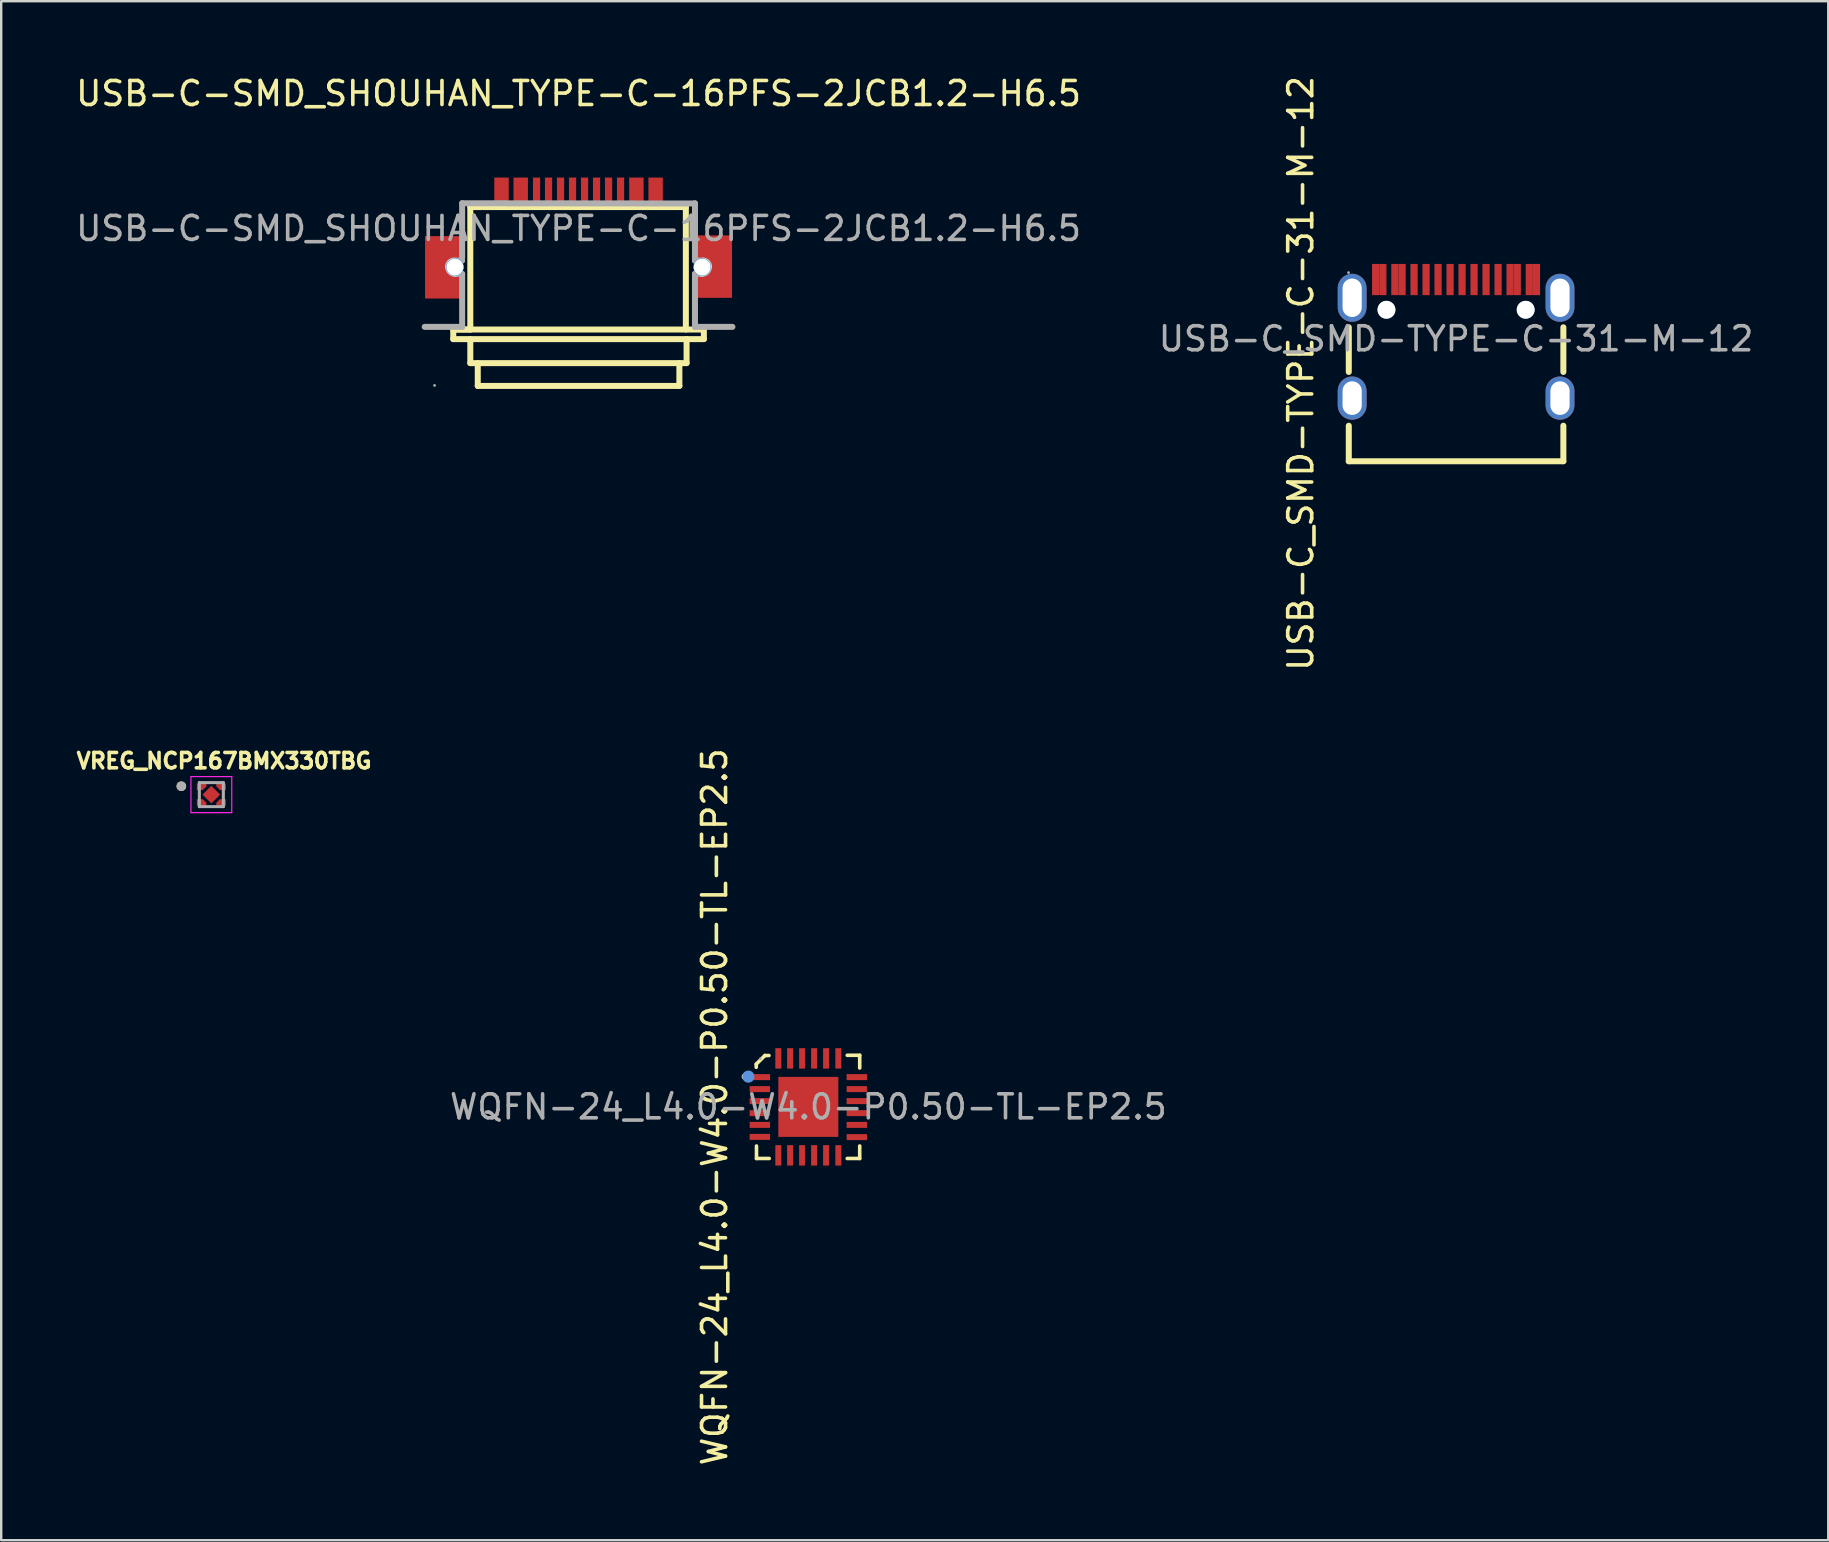
<source format=kicad_pcb>
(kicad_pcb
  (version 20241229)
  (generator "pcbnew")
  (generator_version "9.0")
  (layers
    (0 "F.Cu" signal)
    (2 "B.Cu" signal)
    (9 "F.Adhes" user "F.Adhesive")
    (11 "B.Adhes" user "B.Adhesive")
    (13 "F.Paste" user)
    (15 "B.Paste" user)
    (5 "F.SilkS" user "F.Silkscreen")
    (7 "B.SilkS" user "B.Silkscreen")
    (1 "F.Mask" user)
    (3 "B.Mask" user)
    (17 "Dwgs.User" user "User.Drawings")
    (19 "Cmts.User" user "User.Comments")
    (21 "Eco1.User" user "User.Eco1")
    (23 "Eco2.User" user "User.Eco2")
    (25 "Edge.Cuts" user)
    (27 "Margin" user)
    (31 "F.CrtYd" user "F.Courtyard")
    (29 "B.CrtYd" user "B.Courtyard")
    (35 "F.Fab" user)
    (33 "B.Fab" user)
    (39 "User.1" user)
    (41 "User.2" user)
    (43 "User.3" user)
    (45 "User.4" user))
  (footprint "USB-C_SMD-TYPE-C-31-M-12"
    (layer "F.Cu")
    (at 57.613 11.066)
    (property "Reference" "USB-C_SMD-TYPE-C-31-M-12" (at -6.47 1.44 270) (layer "F.SilkS") (effects (font (size 1 1) (thickness 0.15))))
    (attr smd)
    (fp_line (start -4.47 1.38) (end -4.47 -0.48) (stroke (width 0.25) (type solid)) (layer "F.SilkS"))
    (fp_line (start -4.47 5.1) (end -4.47 3.62) (stroke (width 0.25) (type solid)) (layer "F.SilkS"))
    (fp_line (start 4.47 1.38) (end 4.47 -0.48) (stroke (width 0.25) (type solid)) (layer "F.SilkS"))
    (fp_line (start 4.47 5.1) (end -4.47 5.1) (stroke (width 0.25) (type solid)) (layer "F.SilkS"))
    (fp_line (start 4.47 5.1) (end 4.47 3.62) (stroke (width 0.25) (type solid)) (layer "F.SilkS"))
    (fp_circle (center -2.9 -1.21) (end -2.78 -1.21) (stroke (width 0.25) (type solid)) (fill no) (layer "Cmts.User"))
    (fp_circle (center 2.9 -1.21) (end 3.02 -1.21) (stroke (width 0.25) (type solid)) (fill no) (layer "Cmts.User"))
    (fp_circle (center -4.48 -2.76) (end -4.45 -2.76) (stroke (width 0.06) (type solid)) (fill no) (layer "F.Fab"))
    (fp_text user "${REFERENCE}" (at 0 0 180) (layer "F.Fab") (effects (font (size 1 1) (thickness 0.15))))
    (pad "" np_thru_hole circle (at -2.9 -1.21) (size 0.75 0.75) (drill 0.75) (layers "*.Cu" "*.Mask"))
    (pad "" np_thru_hole circle (at 2.9 -1.21) (size 0.75 0.75) (drill 0.75) (layers "*.Cu" "*.Mask"))
    (pad "0" thru_hole oval (at -4.33 -1.71) (size 1.2 2) (drill oval 0.8 1.6) (layers "*.Cu" "*.Mask") (remove_unused_layers yes) (keep_end_layers yes) (zone_layer_connections))
    (pad "1" thru_hole oval (at 4.33 -1.71) (size 1.2 2) (drill oval 0.8 1.6) (layers "*.Cu" "*.Mask") (remove_unused_layers yes) (keep_end_layers yes) (zone_layer_connections))
    (pad "2" thru_hole oval (at 4.33 2.47) (size 1.2 1.8) (drill oval 0.8 1.4) (layers "*.Cu" "*.Mask") (remove_unused_layers yes) (keep_end_layers yes) (zone_layer_connections))
    (pad "3" thru_hole oval (at -4.33 2.47) (size 1.2 1.8) (drill oval 0.8 1.4) (layers "*.Cu" "*.Mask") (remove_unused_layers yes) (keep_end_layers yes) (zone_layer_connections))
    (pad "A1" smd rect (at -3.35 -2.47) (size 0.3 1.3) (layers "F.Cu" "F.Mask" "F.Paste"))
    (pad "A4" smd rect (at -2.55 -2.47) (size 0.3 1.3) (layers "F.Cu" "F.Mask" "F.Paste"))
    (pad "A5" smd rect (at -1.25 -2.47) (size 0.3 1.3) (layers "F.Cu" "F.Mask" "F.Paste"))
    (pad "A6" smd rect (at -0.25 -2.47) (size 0.3 1.3) (layers "F.Cu" "F.Mask" "F.Paste"))
    (pad "A7" smd rect (at 0.25 -2.47) (size 0.3 1.3) (layers "F.Cu" "F.Mask" "F.Paste"))
    (pad "A8" smd rect (at 1.25 -2.47) (size 0.3 1.3) (layers "F.Cu" "F.Mask" "F.Paste"))
    (pad "A9" smd rect (at 2.55 -2.47) (size 0.3 1.3) (layers "F.Cu" "F.Mask" "F.Paste"))
    (pad "A12" smd rect (at 3.35 -2.47) (size 0.3 1.3) (layers "F.Cu" "F.Mask" "F.Paste"))
    (pad "B1" smd rect (at 3.05 -2.47) (size 0.3 1.3) (layers "F.Cu" "F.Mask" "F.Paste"))
    (pad "B4" smd rect (at 2.25 -2.47) (size 0.3 1.3) (layers "F.Cu" "F.Mask" "F.Paste"))
    (pad "B5" smd rect (at 1.75 -2.47) (size 0.3 1.3) (layers "F.Cu" "F.Mask" "F.Paste"))
    (pad "B6" smd rect (at 0.75 -2.47) (size 0.3 1.3) (layers "F.Cu" "F.Mask" "F.Paste"))
    (pad "B7" smd rect (at -0.75 -2.47) (size 0.3 1.3) (layers "F.Cu" "F.Mask" "F.Paste"))
    (pad "B8" smd rect (at -1.75 -2.47) (size 0.3 1.3) (layers "F.Cu" "F.Mask" "F.Paste"))
    (pad "B9" smd rect (at -2.25 -2.47) (size 0.3 1.3) (layers "F.Cu" "F.Mask" "F.Paste"))
    (pad "B12" smd rect (at -3.05 -2.47) (size 0.3 1.3) (layers "F.Cu" "F.Mask" "F.Paste")))
  (footprint "USB-C-SMD_SHOUHAN_TYPE-C-16PFS-2JCB1.2-H6.5"
    (layer "F.Cu")
    (at 21.054 6.468)
    (property "Reference" "USB-C-SMD_SHOUHAN_TYPE-C-16PFS-2JCB1.2-H6.5" (at 0 -5.62 0) (layer "F.SilkS") (effects (font (size 1 1) (thickness 0.15))))
    (attr smd)
    (fp_line (start -5.22 4.21) (end -4.51 4.21) (stroke (width 0.25) (type solid)) (layer "F.SilkS"))
    (fp_line (start -5.22 4.21) (end 5.2 4.21) (stroke (width 0.25) (type solid)) (layer "F.SilkS"))
    (fp_line (start -5.22 4.61) (end -5.22 4.21) (stroke (width 0.25) (type solid)) (layer "F.SilkS"))
    (fp_line (start -5.22 4.61) (end 5.22 4.61) (stroke (width 0.25) (type solid)) (layer "F.SilkS"))
    (fp_line (start -4.51 -0.89) (end 4.47 -0.89) (stroke (width 0.25) (type solid)) (layer "F.SilkS"))
    (fp_line (start -4.51 4.21) (end -4.51 -0.89) (stroke (width 0.25) (type solid)) (layer "F.SilkS"))
    (fp_line (start -4.51 5.61) (end -4.51 4.61) (stroke (width 0.25) (type solid)) (layer "F.SilkS"))
    (fp_line (start -4.51 5.61) (end 4.5 5.61) (stroke (width 0.25) (type solid)) (layer "F.SilkS"))
    (fp_line (start -4.2 5.61) (end -4.2 6.56) (stroke (width 0.25) (type solid)) (layer "F.SilkS"))
    (fp_line (start -4.2 6.56) (end 4.2 6.56) (stroke (width 0.25) (type solid)) (layer "F.SilkS"))
    (fp_line (start 4.2 5.61) (end 4.2 6.56) (stroke (width 0.25) (type solid)) (layer "F.SilkS"))
    (fp_line (start 4.47 4.21) (end 4.47 -0.89) (stroke (width 0.25) (type solid)) (layer "F.SilkS"))
    (fp_line (start 4.5 5.61) (end 4.5 4.61) (stroke (width 0.25) (type solid)) (layer "F.SilkS"))
    (fp_line (start 5.22 4.61) (end 5.22 4.21) (stroke (width 0.25) (type solid)) (layer "F.SilkS"))
    (fp_circle (center -5.15 1.61) (end -5.03 1.61) (stroke (width 0.25) (type solid)) (fill no) (layer "Cmts.User"))
    (fp_circle (center 5.15 1.61) (end 5.27 1.61) (stroke (width 0.25) (type solid)) (fill no) (layer "Cmts.User"))
    (fp_arc (start -5.43 1.58) (mid -5.359706 1.410294) (end -5.19 1.34) (stroke (width 0.25) (type solid)) (layer "Edge.Cuts"))
    (fp_arc (start -5.14 1.89) (mid -5.345061 1.805061) (end -5.43 1.6) (stroke (width 0.25) (type solid)) (layer "Edge.Cuts"))
    (fp_arc (start 5.19 1.34) (mid 5.359706 1.410294) (end 5.43 1.58) (stroke (width 0.25) (type solid)) (layer "Edge.Cuts"))
    (fp_arc (start 5.43 1.6) (mid 5.345061 1.805061) (end 5.14 1.89) (stroke (width 0.25) (type solid)) (layer "Edge.Cuts"))
    (fp_line (start -5.43 1.6) (end -5.43 1.58) (stroke (width 0.25) (type solid)) (layer "F.Fab"))
    (fp_line (start -5.19 1.34) (end -4.85 1.34) (stroke (width 0.25) (type solid)) (layer "F.Fab"))
    (fp_line (start -5.14 1.89) (end -4.85 1.89) (stroke (width 0.25) (type solid)) (layer "F.Fab"))
    (fp_line (start -4.85 -1.05) (end 4.85 -1.04) (stroke (width 0.25) (type solid)) (layer "F.Fab"))
    (fp_line (start -4.85 1.23) (end -4.85 -1.05) (stroke (width 0.25) (type solid)) (layer "F.Fab"))
    (fp_line (start -4.85 1.89) (end -4.85 4.1) (stroke (width 0.25) (type solid)) (layer "F.Fab"))
    (fp_line (start -4.85 4.1) (end -6.41 4.1) (stroke (width 0.25) (type solid)) (layer "F.Fab"))
    (fp_line (start 4.85 1.34) (end 4.85 -1.05) (stroke (width 0.25) (type solid)) (layer "F.Fab"))
    (fp_line (start 4.85 1.89) (end 4.85 4.1) (stroke (width 0.25) (type solid)) (layer "F.Fab"))
    (fp_line (start 4.85 1.89) (end 5.14 1.89) (stroke (width 0.25) (type solid)) (layer "F.Fab"))
    (fp_line (start 4.85 4.1) (end 6.41 4.1) (stroke (width 0.25) (type solid)) (layer "F.Fab"))
    (fp_line (start 5.19 1.34) (end 4.85 1.34) (stroke (width 0.25) (type solid)) (layer "F.Fab"))
    (fp_line (start 5.43 1.6) (end 5.43 1.58) (stroke (width 0.25) (type solid)) (layer "F.Fab"))
    (fp_circle (center -6 6.54) (end -5.97 6.54) (stroke (width 0.06) (type solid)) (fill no) (layer "F.Fab"))
    (fp_text user "${REFERENCE}" (at 0 0 0) (layer "F.Fab") (effects (font (size 1 1) (thickness 0.15))))
    (pad "" thru_hole circle (at -5.15 1.61) (size 0.7 0.7) (drill 0.7) (layers "*.Cu" "*.Mask"))
    (pad "" thru_hole circle (at 5.15 1.61) (size 0.7 0.7) (drill 0.7) (layers "*.Cu" "*.Mask"))
    (pad "13" smd rect (at -5.62 1.62) (size 1.55 2.6) (layers "F.Cu" "F.Mask" "F.Paste"))
    (pad "13" smd rect (at 5.62 1.59 180) (size 1.55 2.6) (layers "F.Cu" "F.Mask" "F.Paste"))
    (pad "A4B9" smd rect (at -2.41 -1.62 180) (size 0.6 1) (layers "F.Cu" "F.Mask" "F.Paste"))
    (pad "A5" smd rect (at -1.25 -1.62) (size 0.3 1) (layers "F.Cu" "F.Mask" "F.Paste"))
    (pad "A6" smd rect (at -0.25 -1.62) (size 0.3 1) (layers "F.Cu" "F.Mask" "F.Paste"))
    (pad "A7" smd rect (at 0.25 -1.62) (size 0.3 1) (layers "F.Cu" "F.Mask" "F.Paste"))
    (pad "A8" smd rect (at 1.25 -1.62) (size 0.3 1) (layers "F.Cu" "F.Mask" "F.Paste"))
    (pad "A9B4" smd rect (at 2.41 -1.62) (size 0.6 1) (layers "F.Cu" "F.Mask" "F.Paste"))
    (pad "B1A12" smd rect (at 3.21 -1.62) (size 0.6 1) (layers "F.Cu" "F.Mask" "F.Paste"))
    (pad "B5" smd rect (at 1.75 -1.62) (size 0.3 1) (layers "F.Cu" "F.Mask" "F.Paste"))
    (pad "B6" smd rect (at 0.75 -1.62) (size 0.3 1) (layers "F.Cu" "F.Mask" "F.Paste"))
    (pad "B7" smd rect (at -0.75 -1.62) (size 0.3 1) (layers "F.Cu" "F.Mask" "F.Paste"))
    (pad "B8" smd rect (at -1.75 -1.62) (size 0.3 1) (layers "F.Cu" "F.Mask" "F.Paste"))
    (pad "B12A1" smd rect (at -3.21 -1.62 180) (size 0.6 1) (layers "F.Cu" "F.Mask" "F.Paste")))
  (footprint "WQFN-24_L4.0-W4.0-P0.50-TL-EP2.5"
    (layer "F.Cu")
    (at 30.627 43.065)
    (property "Reference" "WQFN-24_L4.0-W4.0-P0.50-TL-EP2.5" (at -3.905 0 270) (layer "F.SilkS") (effects (font (size 1 1) (thickness 0.15))))
    (attr smd)
    (fp_line (start -2.17 -1.78) (end -2.17 -1.65) (stroke (width 0.15) (type solid)) (layer "F.SilkS"))
    (fp_line (start -2.16 2.15) (end -2.16 1.63) (stroke (width 0.15) (type solid)) (layer "F.SilkS"))
    (fp_line (start -1.81 -2.14) (end -2.17 -1.78) (stroke (width 0.15) (type solid)) (layer "F.SilkS"))
    (fp_line (start -1.64 -2.14) (end -1.81 -2.14) (stroke (width 0.15) (type solid)) (layer "F.SilkS"))
    (fp_line (start -1.63 2.15) (end -2.16 2.15) (stroke (width 0.15) (type solid)) (layer "F.SilkS"))
    (fp_line (start 1.62 -2.15) (end 2.14 -2.15) (stroke (width 0.15) (type solid)) (layer "F.SilkS"))
    (fp_line (start 1.62 2.15) (end 2.14 2.15) (stroke (width 0.15) (type solid)) (layer "F.SilkS"))
    (fp_line (start 2.14 -2.15) (end 2.14 -1.62) (stroke (width 0.15) (type solid)) (layer "F.SilkS"))
    (fp_line (start 2.14 2.15) (end 2.14 1.63) (stroke (width 0.15) (type solid)) (layer "F.SilkS"))
    (fp_circle (center -2.65 -1.26) (end -2.57 -1.26) (stroke (width 0.1) (type solid)) (fill no) (layer "F.SilkS"))
    (fp_circle (center -2.5 -1.26) (end -2.37 -1.26) (stroke (width 0.25) (type solid)) (fill no) (layer "Cmts.User"))
    (fp_circle (center -2 -2) (end -1.97 -2) (stroke (width 0.06) (type solid)) (fill no) (layer "F.Fab"))
    (fp_text user "${REFERENCE}" (at 0 0 180) (layer "F.Fab") (effects (font (size 1 1) (thickness 0.15))))
    (pad "1" smd rect (at -2.02 -1.24) (size 0.85 0.25) (layers "F.Cu" "F.Mask" "F.Paste"))
    (pad "2" smd rect (at -2.02 -0.74) (size 0.85 0.25) (layers "F.Cu" "F.Mask" "F.Paste"))
    (pad "3" smd rect (at -2.02 -0.24) (size 0.85 0.25) (layers "F.Cu" "F.Mask" "F.Paste"))
    (pad "4" smd rect (at -2.02 0.26) (size 0.85 0.25) (layers "F.Cu" "F.Mask" "F.Paste"))
    (pad "5" smd rect (at -2.02 0.75) (size 0.85 0.25) (layers "F.Cu" "F.Mask" "F.Paste"))
    (pad "6" smd rect (at -2.02 1.25) (size 0.85 0.25) (layers "F.Cu" "F.Mask" "F.Paste"))
    (pad "7" smd rect (at -1.25 2.02 90) (size 0.85 0.25) (layers "F.Cu" "F.Mask" "F.Paste"))
    (pad "8" smd rect (at -0.76 2.02 90) (size 0.85 0.25) (layers "F.Cu" "F.Mask" "F.Paste"))
    (pad "9" smd rect (at -0.26 2.02 90) (size 0.85 0.25) (layers "F.Cu" "F.Mask" "F.Paste"))
    (pad "10" smd rect (at 0.24 2.02 90) (size 0.85 0.25) (layers "F.Cu" "F.Mask" "F.Paste"))
    (pad "11" smd rect (at 0.74 2.02 90) (size 0.85 0.25) (layers "F.Cu" "F.Mask" "F.Paste"))
    (pad "12" smd rect (at 1.25 2.02 90) (size 0.85 0.25) (layers "F.Cu" "F.Mask" "F.Paste"))
    (pad "13" smd rect (at 2.02 1.26) (size 0.85 0.25) (layers "F.Cu" "F.Mask" "F.Paste"))
    (pad "14" smd rect (at 2.02 0.75) (size 0.85 0.25) (layers "F.Cu" "F.Mask" "F.Paste"))
    (pad "15" smd rect (at 2.02 0.26) (size 0.85 0.25) (layers "F.Cu" "F.Mask" "F.Paste"))
    (pad "16" smd rect (at 2.02 -0.24) (size 0.85 0.25) (layers "F.Cu" "F.Mask" "F.Paste"))
    (pad "17" smd rect (at 2.02 -0.74) (size 0.85 0.25) (layers "F.Cu" "F.Mask" "F.Paste"))
    (pad "18" smd rect (at 2.02 -1.24) (size 0.85 0.25) (layers "F.Cu" "F.Mask" "F.Paste"))
    (pad "19" smd rect (at 1.25 -2.02 90) (size 0.85 0.25) (layers "F.Cu" "F.Mask" "F.Paste"))
    (pad "20" smd rect (at 0.74 -2.02 90) (size 0.85 0.25) (layers "F.Cu" "F.Mask" "F.Paste"))
    (pad "21" smd rect (at 0.24 -2.02 90) (size 0.85 0.25) (layers "F.Cu" "F.Mask" "F.Paste"))
    (pad "22" smd rect (at -0.26 -2.02 90) (size 0.85 0.25) (layers "F.Cu" "F.Mask" "F.Paste"))
    (pad "23" smd rect (at -0.76 -2.02 90) (size 0.85 0.25) (layers "F.Cu" "F.Mask" "F.Paste"))
    (pad "24" smd rect (at -1.25 -2.02 90) (size 0.85 0.25) (layers "F.Cu" "F.Mask" "F.Paste"))
    (pad "25" smd rect (at 0 0) (size 2.5 2.5) (layers "F.Cu" "F.Mask" "F.Paste")))
  (footprint "VREG_NCP167BMX330TBG"
    (layer "F.Cu")
    (at 5.755 30.056)
    (property "Reference" "VREG_NCP167BMX330TBG" (at 0.532 -1.406 0) (layer "F.SilkS") (effects (font (size 0.64 0.64) (thickness 0.15))))
    (attr smd)
    (fp_poly (pts (xy -0.31 -0.31) (xy 0.31 -0.31) (xy 0.31 0.31) (xy -0.31 0.31)) (stroke (width 0.01) (type solid)) (fill yes) (layer "F.Mask"))
    (fp_poly (pts (xy -0.65 -0.505) (xy -0.16 -0.505) (xy -0.16 -0.32) (xy -0.335 -0.145) (xy -0.65 -0.145)) (stroke (width 0.01) (type solid)) (fill yes) (layer "F.Mask"))
    (fp_poly (pts (xy -0.65 0.505) (xy -0.16 0.505) (xy -0.16 0.32) (xy -0.335 0.145) (xy -0.65 0.145)) (stroke (width 0.01) (type solid)) (fill yes) (layer "F.Mask"))
    (fp_poly (pts (xy 0.65 -0.505) (xy 0.16 -0.505) (xy 0.16 -0.32) (xy 0.335 -0.145) (xy 0.65 -0.145)) (stroke (width 0.01) (type solid)) (fill yes) (layer "F.Mask"))
    (fp_poly (pts (xy 0.65 0.505) (xy 0.16 0.505) (xy 0.16 0.32) (xy 0.335 0.145) (xy 0.65 0.145)) (stroke (width 0.01) (type solid)) (fill yes) (layer "F.Mask"))
    (fp_circle (center -1.25 -0.35) (end -1.15 -0.35) (stroke (width 0.2) (type solid)) (fill no) (layer "F.SilkS"))
    (fp_poly (pts (xy -0.6 -0.455) (xy -0.21 -0.455) (xy -0.21 -0.345) (xy -0.36 -0.195) (xy -0.6 -0.195)) (stroke (width 0.01) (type solid)) (fill yes) (layer "F.Paste"))
    (fp_poly (pts (xy -0.6 0.455) (xy -0.21 0.455) (xy -0.21 0.345) (xy -0.36 0.195) (xy -0.6 0.195)) (stroke (width 0.01) (type solid)) (fill yes) (layer "F.Paste"))
    (fp_poly (pts (xy 0.6 -0.455) (xy 0.21 -0.455) (xy 0.21 -0.345) (xy 0.36 -0.195) (xy 0.6 -0.195)) (stroke (width 0.01) (type solid)) (fill yes) (layer "F.Paste"))
    (fp_poly (pts (xy 0.6 0.455) (xy 0.21 0.455) (xy 0.21 0.345) (xy 0.36 0.195) (xy 0.6 0.195)) (stroke (width 0.01) (type solid)) (fill yes) (layer "F.Paste"))
    (fp_line (start -0.85 -0.75) (end 0.85 -0.75) (stroke (width 0.05) (type solid)) (layer "F.CrtYd"))
    (fp_line (start -0.85 0.75) (end -0.85 -0.75) (stroke (width 0.05) (type solid)) (layer "F.CrtYd"))
    (fp_line (start 0.85 -0.75) (end 0.85 0.75) (stroke (width 0.05) (type solid)) (layer "F.CrtYd"))
    (fp_line (start 0.85 0.75) (end -0.85 0.75) (stroke (width 0.05) (type solid)) (layer "F.CrtYd"))
    (fp_line (start -0.5 -0.5) (end -0.5 0.5) (stroke (width 0.127) (type solid)) (layer "F.Fab"))
    (fp_line (start -0.5 0.5) (end 0.5 0.5) (stroke (width 0.127) (type solid)) (layer "F.Fab"))
    (fp_line (start 0.5 -0.5) (end -0.5 -0.5) (stroke (width 0.127) (type solid)) (layer "F.Fab"))
    (fp_line (start 0.5 0.5) (end 0.5 -0.5) (stroke (width 0.127) (type solid)) (layer "F.Fab"))
    (fp_circle (center -1.25 -0.35) (end -1.15 -0.35) (stroke (width 0.2) (type solid)) (fill no) (layer "F.Fab"))
    (pad "1" smd custom (at -0.405 -0.325) (size 0.1 0.1) (layers "F.Cu") (options (anchor rect)) (primitives (gr_poly (pts (xy -0.195 -0.13) (xy 0.195 -0.13) (xy 0.195 -0.02) (xy 0.045 0.13) (xy -0.195 0.13)) (width 0.01) (fill yes))))
    (pad "2" smd custom (at -0.405 0.325) (size 0.1 0.1) (layers "F.Cu") (options (anchor rect)) (primitives (gr_poly (pts (xy -0.195 0.13) (xy 0.195 0.13) (xy 0.195 0.02) (xy 0.045 -0.13) (xy -0.195 -0.13)) (width 0.01) (fill yes))))
    (pad "3" smd custom (at 0.405 0.325) (size 0.1 0.1) (layers "F.Cu") (options (anchor rect)) (primitives (gr_poly (pts (xy 0.195 0.13) (xy -0.195 0.13) (xy -0.195 0.02) (xy -0.045 -0.13) (xy 0.195 -0.13)) (width 0.01) (fill yes))))
    (pad "4" smd custom (at 0.405 -0.325) (size 0.1 0.1) (layers "F.Cu") (options (anchor rect)) (primitives (gr_poly (pts (xy 0.195 -0.13) (xy -0.195 -0.13) (xy -0.195 -0.02) (xy -0.045 0.13) (xy 0.195 0.13)) (width 0.01) (fill yes))))
    (pad "5" smd rect (at 0 0 45) (size 0.52 0.52) (layers "F.Cu" "F.Paste")))
  (gr_rect
    (start -3 -3)
    (end 73.119 61.119)
    (stroke (width 0.1) (type default))
    (fill no)
    (layer "Edge.Cuts")))
</source>
